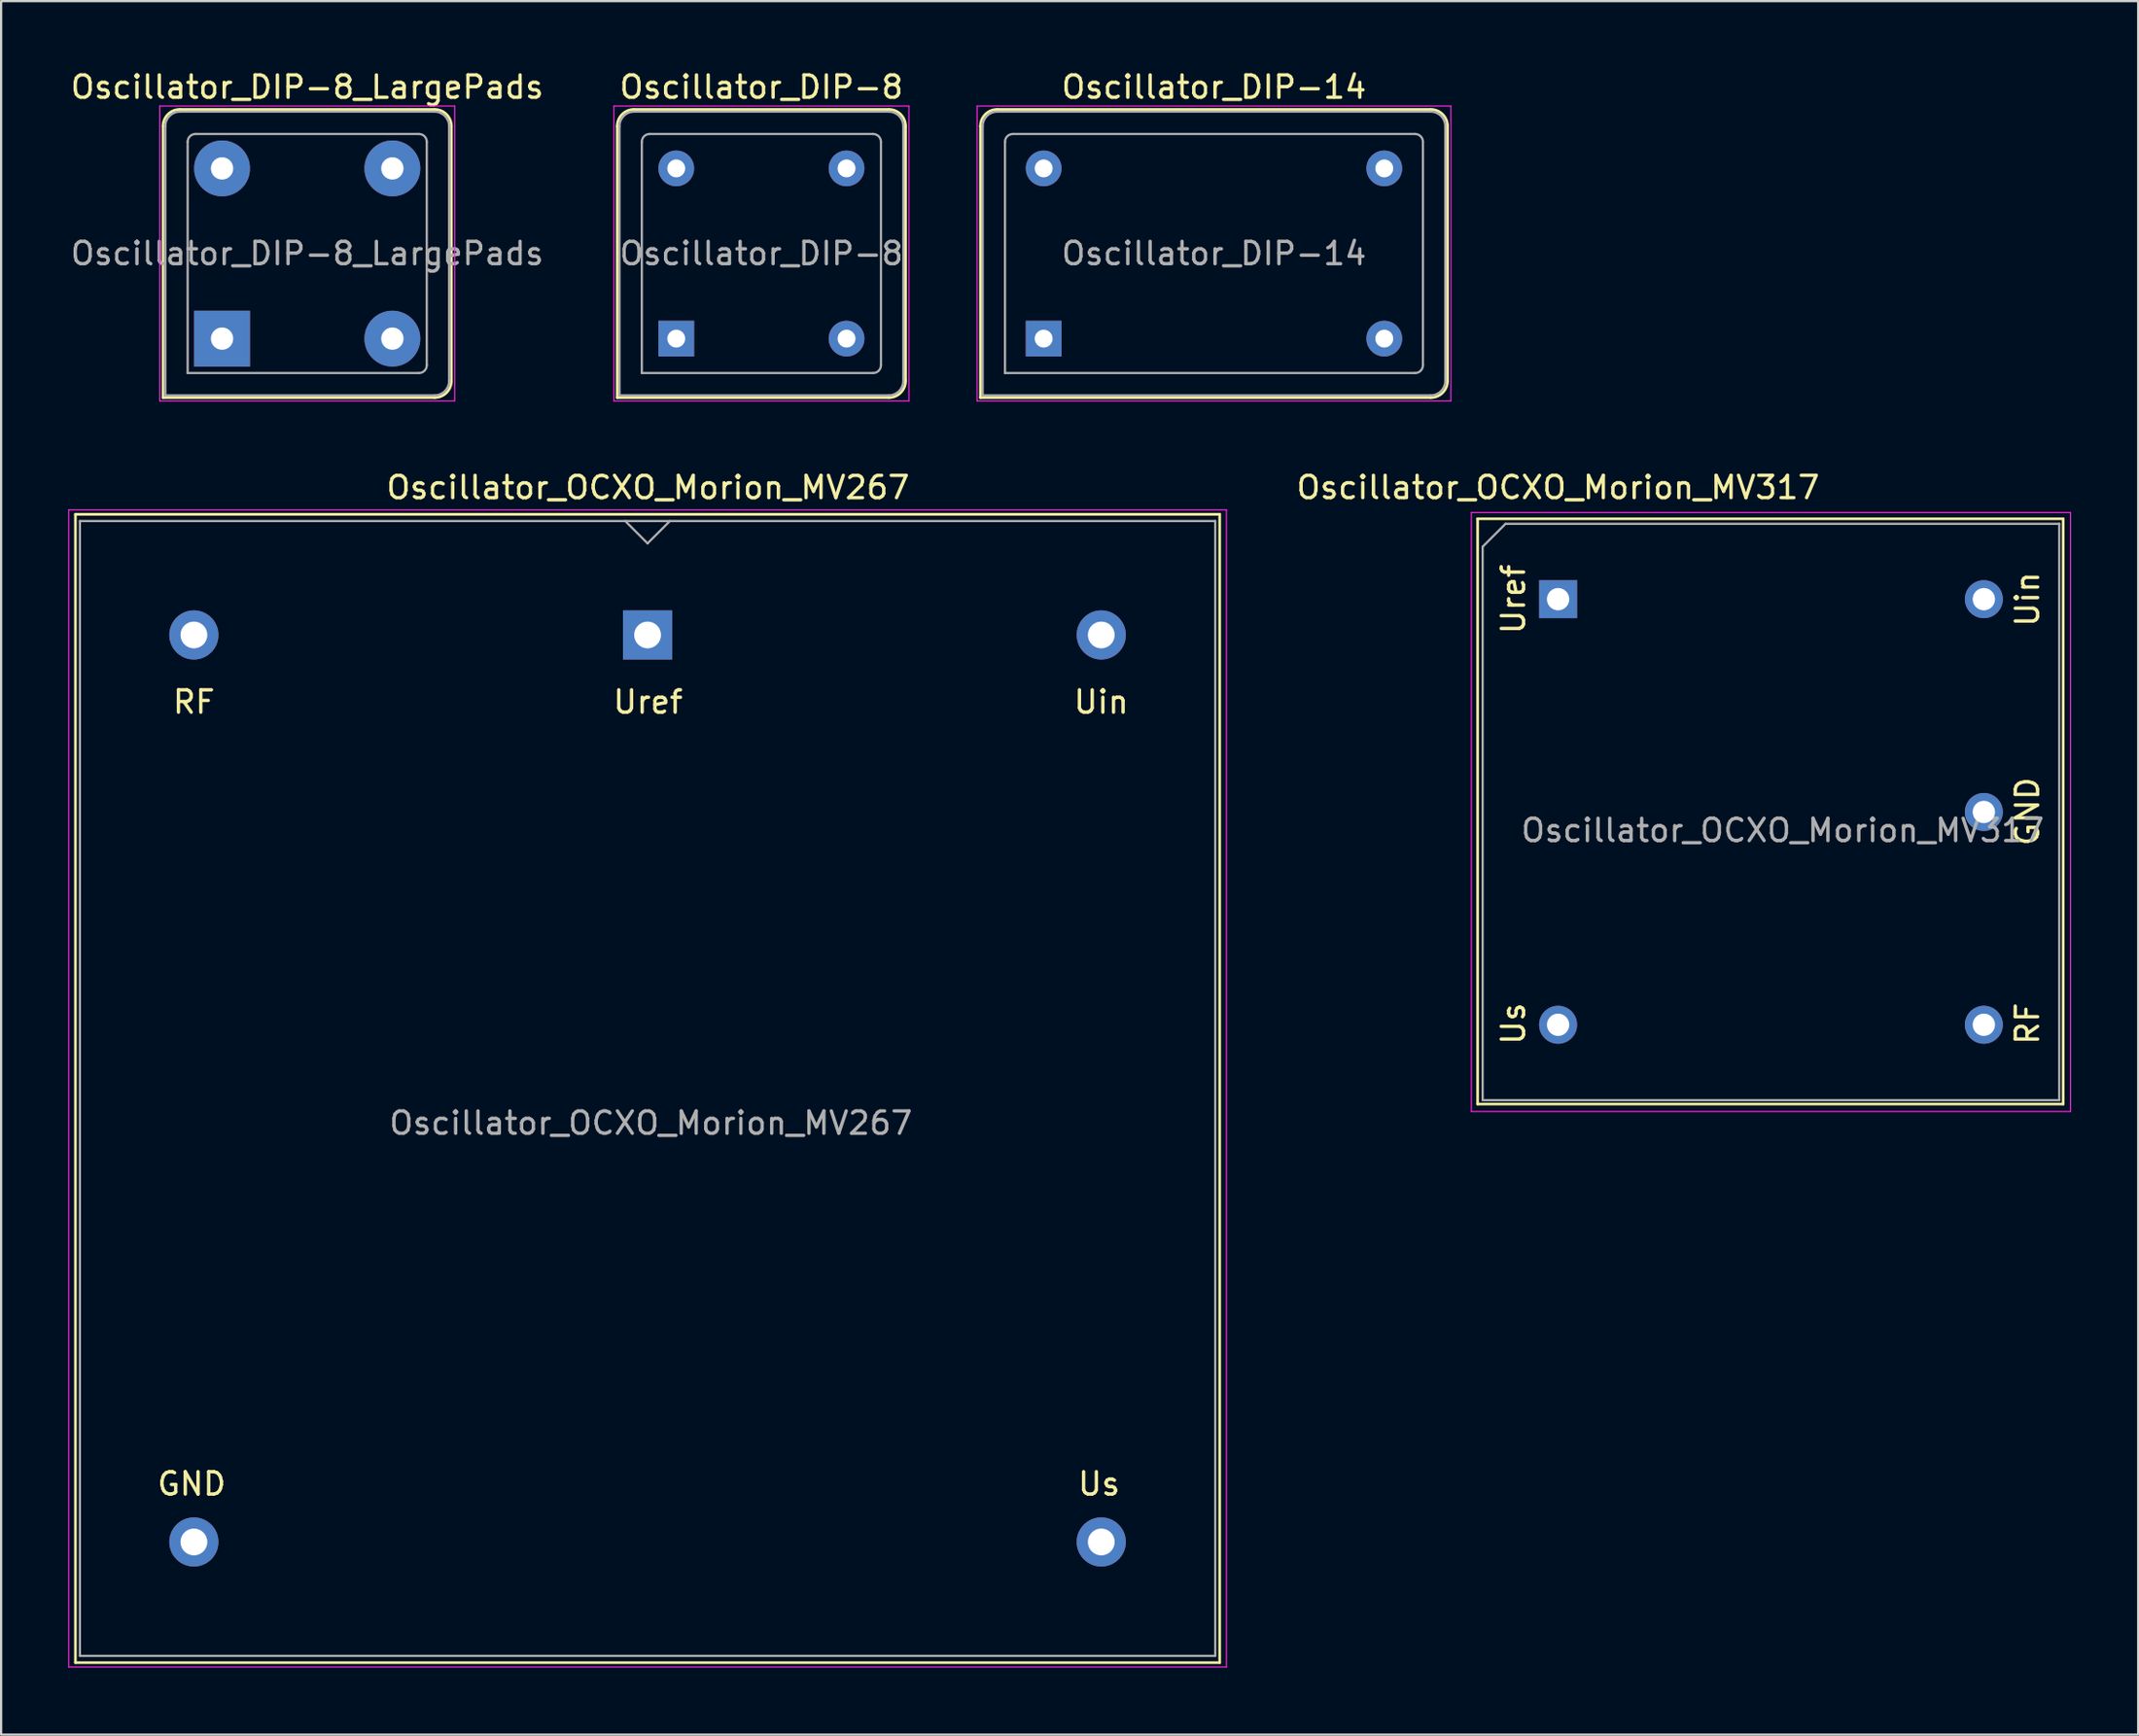
<source format=kicad_pcb>
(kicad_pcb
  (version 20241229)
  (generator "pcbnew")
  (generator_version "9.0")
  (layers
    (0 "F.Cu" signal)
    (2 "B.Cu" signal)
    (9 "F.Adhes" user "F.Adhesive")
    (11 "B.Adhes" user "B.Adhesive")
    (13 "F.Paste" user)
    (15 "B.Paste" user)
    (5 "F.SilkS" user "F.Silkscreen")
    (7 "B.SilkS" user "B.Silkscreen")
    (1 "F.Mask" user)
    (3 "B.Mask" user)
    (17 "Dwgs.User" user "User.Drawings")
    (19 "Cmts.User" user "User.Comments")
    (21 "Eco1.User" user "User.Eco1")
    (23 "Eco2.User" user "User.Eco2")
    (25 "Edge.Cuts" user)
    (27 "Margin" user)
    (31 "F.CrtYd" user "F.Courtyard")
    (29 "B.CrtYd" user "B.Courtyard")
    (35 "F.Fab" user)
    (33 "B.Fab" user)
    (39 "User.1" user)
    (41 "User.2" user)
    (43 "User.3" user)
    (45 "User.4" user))
  (footprint "Oscillator_OCXO_Morion_MV267"
    (layer "F.Cu")
    (at 25.925 25.372)
    (property "Reference" "Oscillator_OCXO_Morion_MV267" (at 0.02 -6.6 0) (layer "F.SilkS") (effects (font (size 1 1) (thickness 0.15))))
    (attr through_hole)
    (fp_line (start -25.6 -5.4) (end -25.6 46) (stroke (width 0.12) (type solid)) (layer "F.SilkS"))
    (fp_line (start -25.6 46) (end 25.6 46) (stroke (width 0.12) (type solid)) (layer "F.SilkS"))
    (fp_line (start 25.6 -5.4) (end -25.6 -5.4) (stroke (width 0.12) (type solid)) (layer "F.SilkS"))
    (fp_line (start 25.6 46) (end 25.6 -5.4) (stroke (width 0.12) (type solid)) (layer "F.SilkS"))
    (fp_line (start -25.9 -5.6) (end -25.9 46.2) (stroke (width 0.05) (type solid)) (layer "F.CrtYd"))
    (fp_line (start -25.9 -5.6) (end 25.9 -5.6) (stroke (width 0.05) (type solid)) (layer "F.CrtYd"))
    (fp_line (start 25.9 46.2) (end -25.9 46.2) (stroke (width 0.05) (type solid)) (layer "F.CrtYd"))
    (fp_line (start 25.9 46.2) (end 25.9 -5.6) (stroke (width 0.05) (type solid)) (layer "F.CrtYd"))
    (fp_line (start -25.4 -5.1) (end 25.4 -5.1) (stroke (width 0.1) (type solid)) (layer "F.Fab"))
    (fp_line (start -25.4 45.7) (end -25.4 -5.1) (stroke (width 0.1) (type solid)) (layer "F.Fab"))
    (fp_line (start -1 -5.1) (end 0 -4.1) (stroke (width 0.1) (type solid)) (layer "F.Fab"))
    (fp_line (start 0 -4.1) (end 1 -5.1) (stroke (width 0.1) (type solid)) (layer "F.Fab"))
    (fp_line (start 25.4 -5.1) (end 25.4 45.7) (stroke (width 0.1) (type solid)) (layer "F.Fab"))
    (fp_line (start 25.4 45.7) (end -25.4 45.7) (stroke (width 0.1) (type solid)) (layer "F.Fab"))
    (fp_text user "Uref" (at 0.02 3 0) (layer "F.SilkS") (effects (font (size 1 1) (thickness 0.15))))
    (fp_text user "RF" (at -20.3 3 0) (layer "F.SilkS") (effects (font (size 1 1) (thickness 0.15))))
    (fp_text user "Us" (at 20.2 38 0) (layer "F.SilkS") (effects (font (size 1 1) (thickness 0.15))))
    (fp_text user "GND" (at -20.4 38 0) (layer "F.SilkS") (effects (font (size 1 1) (thickness 0.15))))
    (fp_text user "Uin" (at 20.3 3 0) (layer "F.SilkS") (effects (font (size 1 1) (thickness 0.15))))
    (fp_text user "${REFERENCE}" (at 0.15 21.85 0) (layer "F.Fab") (effects (font (size 1 1) (thickness 0.15))))
    (pad "1" thru_hole rect (at 0 0) (size 2.2 2.2) (drill 1.2) (layers "*.Cu" "*.Mask"))
    (pad "2" thru_hole circle (at 20.3 40.6) (size 2.2 2.2) (drill 1.2) (layers "*.Cu" "*.Mask"))
    (pad "3" thru_hole circle (at -20.3 0) (size 2.2 2.2) (drill 1.2) (layers "*.Cu" "*.Mask"))
    (pad "4" thru_hole circle (at -20.3 40.6) (size 2.2 2.2) (drill 1.2) (layers "*.Cu" "*.Mask"))
    (pad "5" thru_hole circle (at 20.3 0) (size 2.2 2.2) (drill 1.2) (layers "*.Cu" "*.Mask")))
  (footprint "Oscillator_OCXO_Morion_MV317"
    (layer "F.Cu")
    (at 66.665 23.771)
    (property "Reference" "Oscillator_OCXO_Morion_MV317" (at 0 -5 0) (layer "F.SilkS") (effects (font (size 1 1) (thickness 0.15))))
    (attr through_hole)
    (fp_line (start -3.6 -3.6) (end -3.6 22.6) (stroke (width 0.12) (type solid)) (layer "F.SilkS"))
    (fp_line (start -3.6 22.6) (end 22.6 22.6) (stroke (width 0.12) (type solid)) (layer "F.SilkS"))
    (fp_line (start 22.6 -3.6) (end -3.6 -3.6) (stroke (width 0.12) (type solid)) (layer "F.SilkS"))
    (fp_line (start 22.6 22.6) (end 22.6 -3.6) (stroke (width 0.12) (type solid)) (layer "F.SilkS"))
    (fp_line (start -3.88 -3.88) (end -3.88 22.93) (stroke (width 0.05) (type solid)) (layer "F.CrtYd"))
    (fp_line (start -3.88 -3.88) (end 22.93 -3.88) (stroke (width 0.05) (type solid)) (layer "F.CrtYd"))
    (fp_line (start 22.93 22.93) (end -3.88 22.93) (stroke (width 0.05) (type solid)) (layer "F.CrtYd"))
    (fp_line (start 22.93 22.93) (end 22.93 -3.88) (stroke (width 0.05) (type solid)) (layer "F.CrtYd"))
    (fp_line (start -3.375 -2.35) (end -2.35 -3.375) (stroke (width 0.1) (type solid)) (layer "F.Fab"))
    (fp_line (start -3.375 22.425) (end -3.375 -2.35) (stroke (width 0.1) (type solid)) (layer "F.Fab"))
    (fp_line (start -2.35 -3.375) (end 22.425 -3.375) (stroke (width 0.1) (type solid)) (layer "F.Fab"))
    (fp_line (start 22.425 -3.375) (end 22.425 22.425) (stroke (width 0.1) (type solid)) (layer "F.Fab"))
    (fp_line (start 22.425 22.425) (end -3.375 22.425) (stroke (width 0.1) (type solid)) (layer "F.Fab"))
    (fp_text user "Uref" (at -2 0 270) (layer "F.SilkS") (effects (font (size 1 1) (thickness 0.15))))
    (fp_text user "Us" (at -2 19 270) (layer "F.SilkS") (effects (font (size 1 1) (thickness 0.15))))
    (fp_text user "GND" (at 21 9.5 270) (layer "F.SilkS") (effects (font (size 1 1) (thickness 0.15))))
    (fp_text user "RF" (at 21 19 270) (layer "F.SilkS") (effects (font (size 1 1) (thickness 0.15))))
    (fp_text user "Uin" (at 21 0 270) (layer "F.SilkS") (effects (font (size 1 1) (thickness 0.15))))
    (fp_text user "${REFERENCE}" (at 10.05 10.35 0) (layer "F.Fab") (effects (font (size 1 1) (thickness 0.15))))
    (pad "1" thru_hole rect (at 0 0 270) (size 1.7 1.7) (drill 1) (layers "*.Cu" "*.Mask"))
    (pad "2" thru_hole circle (at 0 19.05 270) (size 1.7 1.7) (drill 1) (layers "*.Cu" "*.Mask"))
    (pad "3" thru_hole circle (at 19.05 19.05 270) (size 1.7 1.7) (drill 1) (layers "*.Cu" "*.Mask"))
    (pad "4" thru_hole circle (at 19.05 9.525 270) (size 1.7 1.7) (drill 1) (layers "*.Cu" "*.Mask"))
    (pad "5" thru_hole circle (at 19.05 0 270) (size 1.7 1.7) (drill 1) (layers "*.Cu" "*.Mask")))
  (footprint "Oscillator_DIP-8"
    (layer "F.Cu")
    (at 27.208 12.108)
    (property "Reference" "Oscillator_DIP-8" (at 3.81 -11.26 0) (layer "F.SilkS") (effects (font (size 1 1) (thickness 0.15))))
    (attr through_hole)
    (fp_line (start -2.64 -9.51) (end -2.64 2.64) (stroke (width 0.12) (type solid)) (layer "F.SilkS"))
    (fp_line (start -2.64 2.64) (end 9.51 2.64) (stroke (width 0.12) (type solid)) (layer "F.SilkS"))
    (fp_line (start 9.51 -10.26) (end -1.89 -10.26) (stroke (width 0.12) (type solid)) (layer "F.SilkS"))
    (fp_line (start 10.26 1.89) (end 10.26 -9.51) (stroke (width 0.12) (type solid)) (layer "F.SilkS"))
    (fp_arc (start -2.64 -9.51) (mid -2.42033 -10.04033) (end -1.89 -10.26) (stroke (width 0.12) (type solid)) (layer "F.SilkS"))
    (fp_arc (start 9.51 -10.26) (mid 10.04033 -10.04033) (end 10.26 -9.51) (stroke (width 0.12) (type solid)) (layer "F.SilkS"))
    (fp_arc (start 10.26 1.89) (mid 10.04033 2.42033) (end 9.51 2.64) (stroke (width 0.12) (type solid)) (layer "F.SilkS"))
    (fp_line (start -2.79 -10.41) (end -2.79 2.79) (stroke (width 0.05) (type solid)) (layer "F.CrtYd"))
    (fp_line (start -2.79 2.79) (end 10.41 2.79) (stroke (width 0.05) (type solid)) (layer "F.CrtYd"))
    (fp_line (start 10.41 -10.41) (end -2.79 -10.41) (stroke (width 0.05) (type solid)) (layer "F.CrtYd"))
    (fp_line (start 10.41 2.79) (end 10.41 -10.41) (stroke (width 0.05) (type solid)) (layer "F.CrtYd"))
    (fp_line (start -2.54 2.54) (end -2.54 -9.51) (stroke (width 0.1) (type solid)) (layer "F.Fab"))
    (fp_line (start -2.54 2.54) (end 9.51 2.54) (stroke (width 0.1) (type solid)) (layer "F.Fab"))
    (fp_line (start -1.89 -10.16) (end 9.51 -10.16) (stroke (width 0.1) (type solid)) (layer "F.Fab"))
    (fp_line (start -1.54 1.54) (end -1.54 -8.81) (stroke (width 0.1) (type solid)) (layer "F.Fab"))
    (fp_line (start -1.54 1.54) (end 8.81 1.54) (stroke (width 0.1) (type solid)) (layer "F.Fab"))
    (fp_line (start -1.19 -9.16) (end 8.81 -9.16) (stroke (width 0.1) (type solid)) (layer "F.Fab"))
    (fp_line (start 9.16 1.19) (end 9.16 -8.81) (stroke (width 0.1) (type solid)) (layer "F.Fab"))
    (fp_line (start 10.16 -9.51) (end 10.16 1.89) (stroke (width 0.1) (type solid)) (layer "F.Fab"))
    (fp_arc (start -2.54 -9.51) (mid -2.349619 -9.969619) (end -1.89 -10.16) (stroke (width 0.1) (type solid)) (layer "F.Fab"))
    (fp_arc (start -1.54 -8.81) (mid -1.437487 -9.057487) (end -1.19 -9.16) (stroke (width 0.1) (type solid)) (layer "F.Fab"))
    (fp_arc (start 8.81 -9.16) (mid 9.057487 -9.057487) (end 9.16 -8.81) (stroke (width 0.1) (type solid)) (layer "F.Fab"))
    (fp_arc (start 9.16 1.19) (mid 9.057487 1.437487) (end 8.81 1.54) (stroke (width 0.1) (type solid)) (layer "F.Fab"))
    (fp_arc (start 9.51 -10.16) (mid 9.969619 -9.969619) (end 10.16 -9.51) (stroke (width 0.1) (type solid)) (layer "F.Fab"))
    (fp_arc (start 10.16 1.89) (mid 9.969619 2.349619) (end 9.51 2.54) (stroke (width 0.1) (type solid)) (layer "F.Fab"))
    (fp_text user "${REFERENCE}" (at 3.81 -3.81 0) (layer "F.Fab") (effects (font (size 1 1) (thickness 0.15))))
    (pad "1" thru_hole rect (at 0 0) (size 1.6 1.6) (drill 0.8) (layers "*.Cu" "*.Mask"))
    (pad "4" thru_hole circle (at 7.62 0) (size 1.6 1.6) (drill 0.8) (layers "*.Cu" "*.Mask"))
    (pad "5" thru_hole circle (at 7.62 -7.62) (size 1.6 1.6) (drill 0.8) (layers "*.Cu" "*.Mask"))
    (pad "8" thru_hole circle (at 0 -7.62) (size 1.6 1.6) (drill 0.8) (layers "*.Cu" "*.Mask")))
  (footprint "Oscillator_DIP-8_LargePads"
    (layer "F.Cu")
    (at 6.886 12.108)
    (property "Reference" "Oscillator_DIP-8_LargePads" (at 3.81 -11.26 0) (layer "F.SilkS") (effects (font (size 1 1) (thickness 0.15))))
    (attr through_hole)
    (fp_line (start -2.64 -9.51) (end -2.64 2.64) (stroke (width 0.12) (type solid)) (layer "F.SilkS"))
    (fp_line (start -2.64 2.64) (end 9.51 2.64) (stroke (width 0.12) (type solid)) (layer "F.SilkS"))
    (fp_line (start 9.51 -10.26) (end -1.89 -10.26) (stroke (width 0.12) (type solid)) (layer "F.SilkS"))
    (fp_line (start 10.26 1.89) (end 10.26 -9.51) (stroke (width 0.12) (type solid)) (layer "F.SilkS"))
    (fp_arc (start -2.64 -9.51) (mid -2.42033 -10.04033) (end -1.89 -10.26) (stroke (width 0.12) (type solid)) (layer "F.SilkS"))
    (fp_arc (start 9.51 -10.26) (mid 10.04033 -10.04033) (end 10.26 -9.51) (stroke (width 0.12) (type solid)) (layer "F.SilkS"))
    (fp_arc (start 10.26 1.89) (mid 10.04033 2.42033) (end 9.51 2.64) (stroke (width 0.12) (type solid)) (layer "F.SilkS"))
    (fp_line (start -2.79 -10.41) (end -2.79 2.79) (stroke (width 0.05) (type solid)) (layer "F.CrtYd"))
    (fp_line (start -2.79 2.79) (end 10.41 2.79) (stroke (width 0.05) (type solid)) (layer "F.CrtYd"))
    (fp_line (start 10.41 -10.41) (end -2.79 -10.41) (stroke (width 0.05) (type solid)) (layer "F.CrtYd"))
    (fp_line (start 10.41 2.79) (end 10.41 -10.41) (stroke (width 0.05) (type solid)) (layer "F.CrtYd"))
    (fp_line (start -2.54 2.54) (end -2.54 -9.51) (stroke (width 0.1) (type solid)) (layer "F.Fab"))
    (fp_line (start -2.54 2.54) (end 9.51 2.54) (stroke (width 0.1) (type solid)) (layer "F.Fab"))
    (fp_line (start -1.89 -10.16) (end 9.51 -10.16) (stroke (width 0.1) (type solid)) (layer "F.Fab"))
    (fp_line (start -1.54 1.54) (end -1.54 -8.81) (stroke (width 0.1) (type solid)) (layer "F.Fab"))
    (fp_line (start -1.54 1.54) (end 8.81 1.54) (stroke (width 0.1) (type solid)) (layer "F.Fab"))
    (fp_line (start -1.19 -9.16) (end 8.81 -9.16) (stroke (width 0.1) (type solid)) (layer "F.Fab"))
    (fp_line (start 9.16 1.19) (end 9.16 -8.81) (stroke (width 0.1) (type solid)) (layer "F.Fab"))
    (fp_line (start 10.16 -9.51) (end 10.16 1.89) (stroke (width 0.1) (type solid)) (layer "F.Fab"))
    (fp_arc (start -2.54 -9.51) (mid -2.349619 -9.969619) (end -1.89 -10.16) (stroke (width 0.1) (type solid)) (layer "F.Fab"))
    (fp_arc (start -1.54 -8.81) (mid -1.437487 -9.057487) (end -1.19 -9.16) (stroke (width 0.1) (type solid)) (layer "F.Fab"))
    (fp_arc (start 8.81 -9.16) (mid 9.057487 -9.057487) (end 9.16 -8.81) (stroke (width 0.1) (type solid)) (layer "F.Fab"))
    (fp_arc (start 9.16 1.19) (mid 9.057487 1.437487) (end 8.81 1.54) (stroke (width 0.1) (type solid)) (layer "F.Fab"))
    (fp_arc (start 9.51 -10.16) (mid 9.969619 -9.969619) (end 10.16 -9.51) (stroke (width 0.1) (type solid)) (layer "F.Fab"))
    (fp_arc (start 10.16 1.89) (mid 9.969619 2.349619) (end 9.51 2.54) (stroke (width 0.1) (type solid)) (layer "F.Fab"))
    (fp_text user "${REFERENCE}" (at 3.81 -3.81 0) (layer "F.Fab") (effects (font (size 1 1) (thickness 0.15))))
    (pad "1" thru_hole rect (at 0 0) (size 2.5 2.5) (drill 1) (layers "*.Cu" "*.Mask"))
    (pad "4" thru_hole circle (at 7.62 0) (size 2.5 2.5) (drill 1) (layers "*.Cu" "*.Mask"))
    (pad "5" thru_hole circle (at 7.62 -7.62) (size 2.5 2.5) (drill 1) (layers "*.Cu" "*.Mask"))
    (pad "8" thru_hole circle (at 0 -7.62) (size 2.5 2.5) (drill 1) (layers "*.Cu" "*.Mask")))
  (footprint "Oscillator_DIP-14"
    (layer "F.Cu")
    (at 43.648 12.108)
    (property "Reference" "Oscillator_DIP-14" (at 7.62 -11.26 0) (layer "F.SilkS") (effects (font (size 1 1) (thickness 0.15))))
    (attr through_hole)
    (fp_line (start -2.83 -9.51) (end -2.83 2.64) (stroke (width 0.12) (type solid)) (layer "F.SilkS"))
    (fp_line (start -2.83 2.64) (end 17.32 2.64) (stroke (width 0.12) (type solid)) (layer "F.SilkS"))
    (fp_line (start 17.32 -10.26) (end -2.08 -10.26) (stroke (width 0.12) (type solid)) (layer "F.SilkS"))
    (fp_line (start 18.07 1.89) (end 18.07 -9.51) (stroke (width 0.12) (type solid)) (layer "F.SilkS"))
    (fp_arc (start -2.83 -9.51) (mid -2.61033 -10.04033) (end -2.08 -10.26) (stroke (width 0.12) (type solid)) (layer "F.SilkS"))
    (fp_arc (start 17.32 -10.26) (mid 17.85033 -10.04033) (end 18.07 -9.51) (stroke (width 0.12) (type solid)) (layer "F.SilkS"))
    (fp_arc (start 18.07 1.89) (mid 17.85033 2.42033) (end 17.32 2.64) (stroke (width 0.12) (type solid)) (layer "F.SilkS"))
    (fp_line (start -2.98 -10.41) (end -2.98 2.79) (stroke (width 0.05) (type solid)) (layer "F.CrtYd"))
    (fp_line (start -2.98 2.79) (end 18.22 2.79) (stroke (width 0.05) (type solid)) (layer "F.CrtYd"))
    (fp_line (start 18.22 -10.41) (end -2.98 -10.41) (stroke (width 0.05) (type solid)) (layer "F.CrtYd"))
    (fp_line (start 18.22 2.79) (end 18.22 -10.41) (stroke (width 0.05) (type solid)) (layer "F.CrtYd"))
    (fp_line (start -2.73 2.54) (end -2.73 -9.51) (stroke (width 0.1) (type solid)) (layer "F.Fab"))
    (fp_line (start -2.73 2.54) (end 17.32 2.54) (stroke (width 0.1) (type solid)) (layer "F.Fab"))
    (fp_line (start -2.08 -10.16) (end 17.32 -10.16) (stroke (width 0.1) (type solid)) (layer "F.Fab"))
    (fp_line (start -1.73 1.54) (end -1.73 -8.81) (stroke (width 0.1) (type solid)) (layer "F.Fab"))
    (fp_line (start -1.73 1.54) (end 16.62 1.54) (stroke (width 0.1) (type solid)) (layer "F.Fab"))
    (fp_line (start -1.38 -9.16) (end 16.62 -9.16) (stroke (width 0.1) (type solid)) (layer "F.Fab"))
    (fp_line (start 16.97 1.19) (end 16.97 -8.81) (stroke (width 0.1) (type solid)) (layer "F.Fab"))
    (fp_line (start 17.97 -9.51) (end 17.97 1.89) (stroke (width 0.1) (type solid)) (layer "F.Fab"))
    (fp_arc (start -2.73 -9.51) (mid -2.539619 -9.969619) (end -2.08 -10.16) (stroke (width 0.1) (type solid)) (layer "F.Fab"))
    (fp_arc (start -1.73 -8.81) (mid -1.627487 -9.057487) (end -1.38 -9.16) (stroke (width 0.1) (type solid)) (layer "F.Fab"))
    (fp_arc (start 16.62 -9.16) (mid 16.867487 -9.057487) (end 16.97 -8.81) (stroke (width 0.1) (type solid)) (layer "F.Fab"))
    (fp_arc (start 16.97 1.19) (mid 16.867487 1.437487) (end 16.62 1.54) (stroke (width 0.1) (type solid)) (layer "F.Fab"))
    (fp_arc (start 17.32 -10.16) (mid 17.779619 -9.969619) (end 17.97 -9.51) (stroke (width 0.1) (type solid)) (layer "F.Fab"))
    (fp_arc (start 17.97 1.89) (mid 17.779619 2.349619) (end 17.32 2.54) (stroke (width 0.1) (type solid)) (layer "F.Fab"))
    (fp_text user "${REFERENCE}" (at 7.62 -3.81 0) (layer "F.Fab") (effects (font (size 1 1) (thickness 0.15))))
    (pad "1" thru_hole rect (at 0 0) (size 1.6 1.6) (drill 0.8) (layers "*.Cu" "*.Mask"))
    (pad "7" thru_hole circle (at 15.24 0) (size 1.6 1.6) (drill 0.8) (layers "*.Cu" "*.Mask"))
    (pad "8" thru_hole circle (at 15.24 -7.62) (size 1.6 1.6) (drill 0.8) (layers "*.Cu" "*.Mask"))
    (pad "14" thru_hole circle (at 0 -7.62) (size 1.6 1.6) (drill 0.8) (layers "*.Cu" "*.Mask")))
  (gr_rect
    (start -3 -3)
    (end 92.62 74.597)
    (stroke (width 0.1) (type default))
    (fill no)
    (layer "Edge.Cuts")))
</source>
